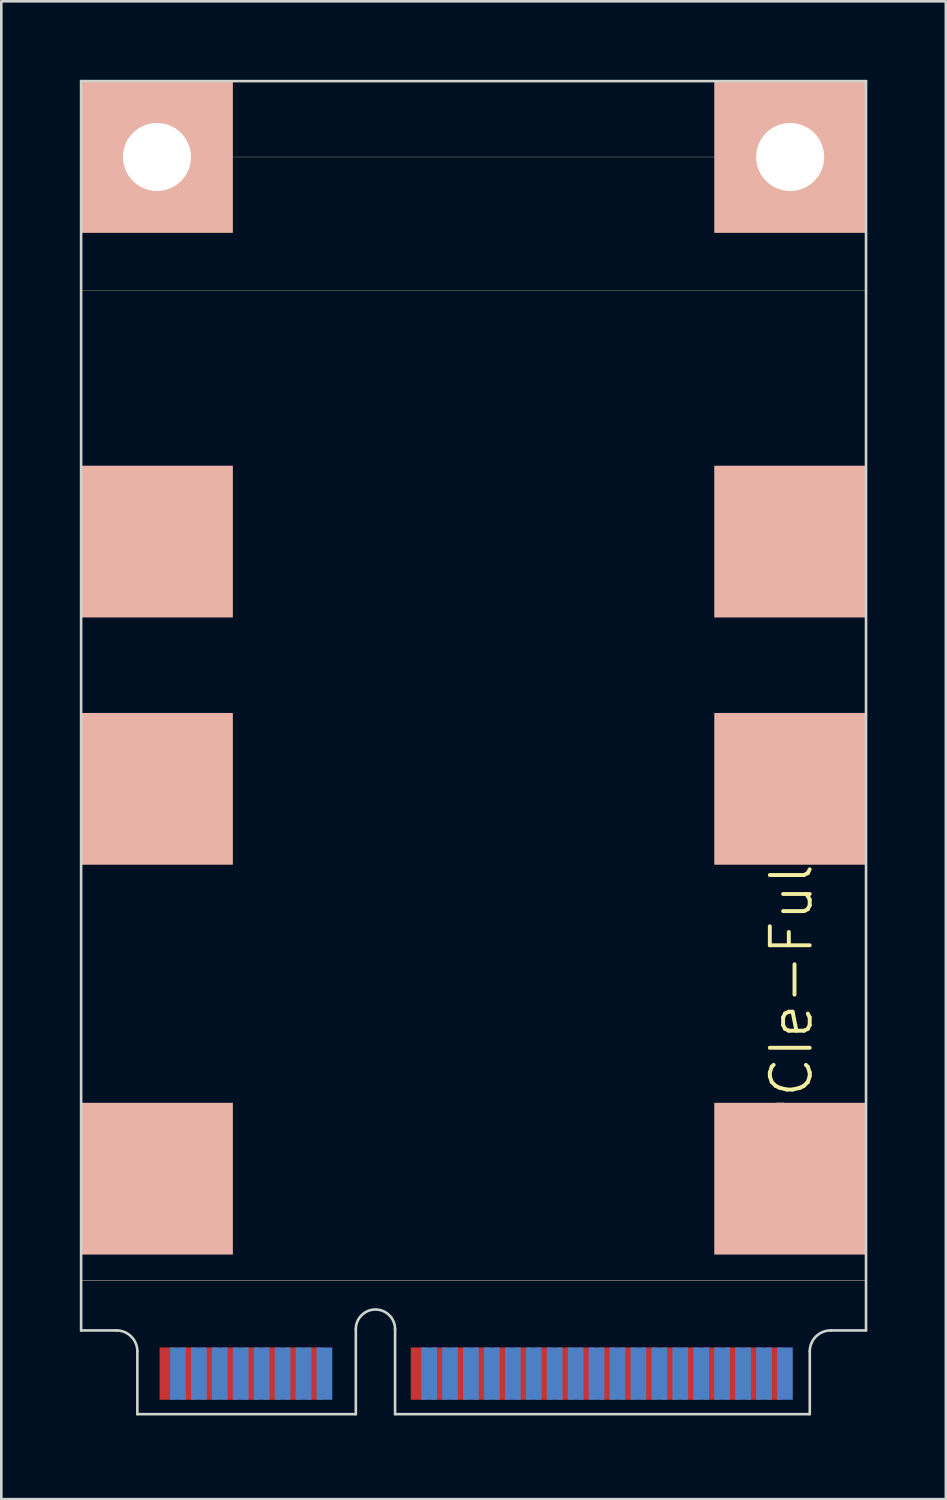
<source format=kicad_pcb>
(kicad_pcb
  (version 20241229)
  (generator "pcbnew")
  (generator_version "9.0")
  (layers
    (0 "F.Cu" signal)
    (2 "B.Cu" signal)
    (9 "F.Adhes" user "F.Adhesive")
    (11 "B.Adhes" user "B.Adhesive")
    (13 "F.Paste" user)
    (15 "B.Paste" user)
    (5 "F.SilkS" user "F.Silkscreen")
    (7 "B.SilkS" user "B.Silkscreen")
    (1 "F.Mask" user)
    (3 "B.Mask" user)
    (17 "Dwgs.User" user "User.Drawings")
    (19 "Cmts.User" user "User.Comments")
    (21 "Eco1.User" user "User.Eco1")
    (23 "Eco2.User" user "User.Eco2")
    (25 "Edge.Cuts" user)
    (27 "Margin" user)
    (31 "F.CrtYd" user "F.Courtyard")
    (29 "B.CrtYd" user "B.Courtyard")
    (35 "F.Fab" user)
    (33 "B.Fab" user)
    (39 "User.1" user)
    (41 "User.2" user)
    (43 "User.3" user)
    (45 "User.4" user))
  (footprint "mPCIe-Full"
    (layer "F.Cu")
    (at 15.05 51)
    (property "Reference" "mPCIe-Full" (at 12.15 -15.2 90) (layer "F.SilkS") (effects (font (size 1.524 1.524) (thickness 0.15))))
    (attr through_hole)
    (fp_line (start -15 -5.1) (end 15 -5.1) (stroke (width 0.01) (type solid)) (layer "F.SilkS"))
    (fp_line (start 15 -48.05) (end -15 -48.05) (stroke (width 0.01) (type solid)) (layer "F.SilkS"))
    (fp_line (start 15 -42.95) (end -15 -42.95) (stroke (width 0.01) (type solid)) (layer "F.SilkS"))
    (fp_line (start -15 -5.1) (end 15 -5.1) (stroke (width 0.01) (type solid)) (layer "B.SilkS"))
    (fp_line (start -3.75 -4.5) (end -3.75 -0.15) (stroke (width 0.01) (type solid)) (layer "Eco1.User"))
    (fp_line (start 0 0) (end 0 -50.95) (stroke (width 0.01) (type solid)) (layer "Eco1.User"))
    (fp_line (start -15 -50.95) (end -15 -3.2) (stroke (width 0.1) (type solid)) (layer "Edge.Cuts"))
    (fp_line (start -13.65 -3.2) (end -15 -3.2) (stroke (width 0.1) (type solid)) (layer "Edge.Cuts"))
    (fp_line (start -12.85 0) (end -12.85 -2.4) (stroke (width 0.1) (type solid)) (layer "Edge.Cuts"))
    (fp_line (start -4.5 0) (end -12.85 0) (stroke (width 0.1) (type solid)) (layer "Edge.Cuts"))
    (fp_line (start -4.5 0) (end -4.5 -3.25) (stroke (width 0.1) (type solid)) (layer "Edge.Cuts"))
    (fp_line (start -3 0) (end -3 -3.25) (stroke (width 0.1) (type solid)) (layer "Edge.Cuts"))
    (fp_line (start -3 0) (end 12.85 0) (stroke (width 0.1) (type solid)) (layer "Edge.Cuts"))
    (fp_line (start 12.85 0) (end 12.85 -2.4) (stroke (width 0.1) (type solid)) (layer "Edge.Cuts"))
    (fp_line (start 15 -50.95) (end -15 -50.95) (stroke (width 0.1) (type solid)) (layer "Edge.Cuts"))
    (fp_line (start 15 -3.2) (end 13.65 -3.2) (stroke (width 0.1) (type solid)) (layer "Edge.Cuts"))
    (fp_line (start 15 -3.2) (end 15 -50.95) (stroke (width 0.1) (type solid)) (layer "Edge.Cuts"))
    (fp_arc (start -13.65 -3.2) (mid -13.084315 -2.965685) (end -12.85 -2.4) (stroke (width 0.1) (type solid)) (layer "Edge.Cuts"))
    (fp_arc (start -4.5 -3.25) (mid -3.75 -4) (end -3 -3.25) (stroke (width 0.1) (type solid)) (layer "Edge.Cuts"))
    (fp_arc (start 12.85 -2.4) (mid 13.084315 -2.965685) (end 13.65 -3.2) (stroke (width 0.1) (type solid)) (layer "Edge.Cuts"))
    (pad "" np_thru_hole circle (at -12.1 -48.05) (size 2.6 2.6) (drill 2.6) (layers "*.Cu" "*.Mask" "F.SilkS"))
    (pad "" connect rect (at -12.1 -48.05) (size 5.8 5.8) (layers "B.SilkS"))
    (pad "" connect rect (at -12.1 -33.35) (size 5.8 5.8) (layers "B.SilkS"))
    (pad "" connect rect (at -12.1 -23.9) (size 5.8 5.8) (layers "B.SilkS"))
    (pad "" connect rect (at -12.1 -9) (size 5.8 5.8) (layers "B.SilkS"))
    (pad "" np_thru_hole circle (at 12.1 -48.05) (size 2.6 2.6) (drill 2.6) (layers "*.Cu" "*.Mask" "F.SilkS"))
    (pad "" connect rect (at 12.1 -48.05) (size 5.8 5.8) (layers "B.SilkS"))
    (pad "" connect rect (at 12.1 -33.35) (size 5.8 5.8) (layers "B.SilkS"))
    (pad "" connect rect (at 12.1 -23.9) (size 5.8 5.8) (layers "B.SilkS"))
    (pad "" connect rect (at 12.1 -9) (size 5.8 5.8) (layers "B.SilkS"))
    (pad "1" smd rect (at -11.7 -1.55) (size 0.6 2) (layers "F.Cu" "F.Mask" "F.Paste"))
    (pad "2" smd rect (at -11.3 -1.55) (size 0.6 2) (layers "F.Mask" "B.Cu" "F.Paste"))
    (pad "3" smd rect (at -10.9 -1.55) (size 0.6 2) (layers "F.Cu" "F.Mask" "F.Paste"))
    (pad "4" smd rect (at -10.5 -1.55) (size 0.6 2) (layers "F.Mask" "B.Cu" "F.Paste"))
    (pad "5" smd rect (at -10.1 -1.55) (size 0.6 2) (layers "F.Cu" "F.Mask" "F.Paste"))
    (pad "6" smd rect (at -9.7 -1.55) (size 0.6 2) (layers "F.Mask" "B.Cu" "F.Paste"))
    (pad "7" smd rect (at -9.3 -1.55) (size 0.6 2) (layers "F.Cu" "F.Mask" "F.Paste"))
    (pad "8" smd rect (at -8.9 -1.55) (size 0.6 2) (layers "F.Mask" "B.Cu" "F.Paste"))
    (pad "9" smd rect (at -8.5 -1.55) (size 0.6 2) (layers "F.Cu" "F.Mask" "F.Paste"))
    (pad "10" smd rect (at -8.1 -1.55) (size 0.6 2) (layers "F.Mask" "B.Cu" "F.Paste"))
    (pad "11" smd rect (at -7.7 -1.55) (size 0.6 2) (layers "F.Cu" "F.Mask" "F.Paste"))
    (pad "12" smd rect (at -7.3 -1.55) (size 0.6 2) (layers "F.Mask" "B.Cu" "F.Paste"))
    (pad "13" smd rect (at -6.9 -1.55) (size 0.6 2) (layers "F.Cu" "F.Mask" "F.Paste"))
    (pad "14" smd rect (at -6.5 -1.55) (size 0.6 2) (layers "F.Mask" "B.Cu" "F.Paste"))
    (pad "15" smd rect (at -6.1 -1.55) (size 0.6 2) (layers "F.Cu" "F.Mask" "F.Paste"))
    (pad "16" smd rect (at -5.7 -1.55) (size 0.6 2) (layers "F.Mask" "B.Cu" "F.Paste"))
    (pad "17" smd rect (at -2.1 -1.55) (size 0.6 2) (layers "F.Cu" "F.Mask" "F.Paste"))
    (pad "18" smd rect (at -1.7 -1.55) (size 0.6 2) (layers "F.Mask" "B.Cu" "F.Paste"))
    (pad "19" smd rect (at -1.3 -1.55) (size 0.6 2) (layers "F.Cu" "F.Mask" "F.Paste"))
    (pad "20" smd rect (at -0.9 -1.55) (size 0.6 2) (layers "F.Mask" "B.Cu" "F.Paste"))
    (pad "21" smd rect (at -0.5 -1.55) (size 0.6 2) (layers "F.Cu" "F.Mask" "F.Paste"))
    (pad "22" smd rect (at -0.1 -1.55) (size 0.6 2) (layers "F.Mask" "B.Cu" "F.Paste"))
    (pad "23" smd rect (at 0.3 -1.55) (size 0.6 2) (layers "F.Cu" "F.Mask" "F.Paste"))
    (pad "24" smd rect (at 0.7 -1.55) (size 0.6 2) (layers "F.Mask" "B.Cu" "F.Paste"))
    (pad "25" smd rect (at 1.1 -1.55) (size 0.6 2) (layers "F.Cu" "F.Mask" "F.Paste"))
    (pad "26" smd rect (at 1.5 -1.55) (size 0.6 2) (layers "F.Mask" "B.Cu" "F.Paste"))
    (pad "27" smd rect (at 1.9 -1.55) (size 0.6 2) (layers "F.Cu" "F.Mask" "F.Paste"))
    (pad "28" smd rect (at 2.3 -1.55) (size 0.6 2) (layers "F.Mask" "B.Cu" "F.Paste"))
    (pad "29" smd rect (at 2.7 -1.55) (size 0.6 2) (layers "F.Cu" "F.Mask" "F.Paste"))
    (pad "30" smd rect (at 3.1 -1.55) (size 0.6 2) (layers "F.Mask" "B.Cu" "F.Paste"))
    (pad "31" smd rect (at 3.5 -1.55) (size 0.6 2) (layers "F.Cu" "F.Mask" "F.Paste"))
    (pad "32" smd rect (at 3.9 -1.55) (size 0.6 2) (layers "F.Mask" "B.Cu" "F.Paste"))
    (pad "33" smd rect (at 4.3 -1.55) (size 0.6 2) (layers "F.Cu" "F.Mask" "F.Paste"))
    (pad "34" smd rect (at 4.7 -1.55) (size 0.6 2) (layers "F.Mask" "B.Cu" "F.Paste"))
    (pad "35" smd rect (at 5.1 -1.55) (size 0.6 2) (layers "F.Cu" "F.Mask" "F.Paste"))
    (pad "36" smd rect (at 5.5 -1.55) (size 0.6 2) (layers "F.Mask" "B.Cu" "F.Paste"))
    (pad "37" smd rect (at 5.9 -1.55) (size 0.6 2) (layers "F.Cu" "F.Mask" "F.Paste"))
    (pad "38" smd rect (at 6.3 -1.55) (size 0.6 2) (layers "F.Mask" "B.Cu" "F.Paste"))
    (pad "39" smd rect (at 6.7 -1.55) (size 0.6 2) (layers "F.Cu" "F.Mask" "F.Paste"))
    (pad "40" smd rect (at 7.1 -1.55) (size 0.6 2) (layers "F.Mask" "B.Cu" "F.Paste"))
    (pad "41" smd rect (at 7.5 -1.55) (size 0.6 2) (layers "F.Cu" "F.Mask" "F.Paste"))
    (pad "42" smd rect (at 7.9 -1.55) (size 0.6 2) (layers "F.Mask" "B.Cu" "F.Paste"))
    (pad "43" smd rect (at 8.3 -1.55) (size 0.6 2) (layers "F.Cu" "F.Mask" "F.Paste"))
    (pad "44" smd rect (at 8.7 -1.55) (size 0.6 2) (layers "F.Mask" "B.Cu" "F.Paste"))
    (pad "45" smd rect (at 9.1 -1.55) (size 0.6 2) (layers "F.Cu" "F.Mask" "F.Paste"))
    (pad "46" smd rect (at 9.5 -1.55) (size 0.6 2) (layers "F.Mask" "B.Cu" "F.Paste"))
    (pad "47" smd rect (at 9.9 -1.55) (size 0.6 2) (layers "F.Cu" "F.Mask" "F.Paste"))
    (pad "48" smd rect (at 10.3 -1.55) (size 0.6 2) (layers "F.Mask" "B.Cu" "F.Paste"))
    (pad "49" smd rect (at 10.7 -1.55) (size 0.6 2) (layers "F.Cu" "F.Mask" "F.Paste"))
    (pad "50" smd rect (at 11.1 -1.55) (size 0.6 2) (layers "F.Mask" "B.Cu" "F.Paste"))
    (pad "51" smd rect (at 11.5 -1.55) (size 0.6 2) (layers "F.Cu" "F.Mask" "F.Paste"))
    (pad "52" smd rect (at 11.9 -1.55) (size 0.6 2) (layers "F.Mask" "B.Cu" "F.Paste")))
  (gr_rect
    (start -3 -3)
    (end 33.1 54.25)
    (stroke (width 0.1) (type default))
    (fill no)
    (layer "Edge.Cuts")))
</source>
